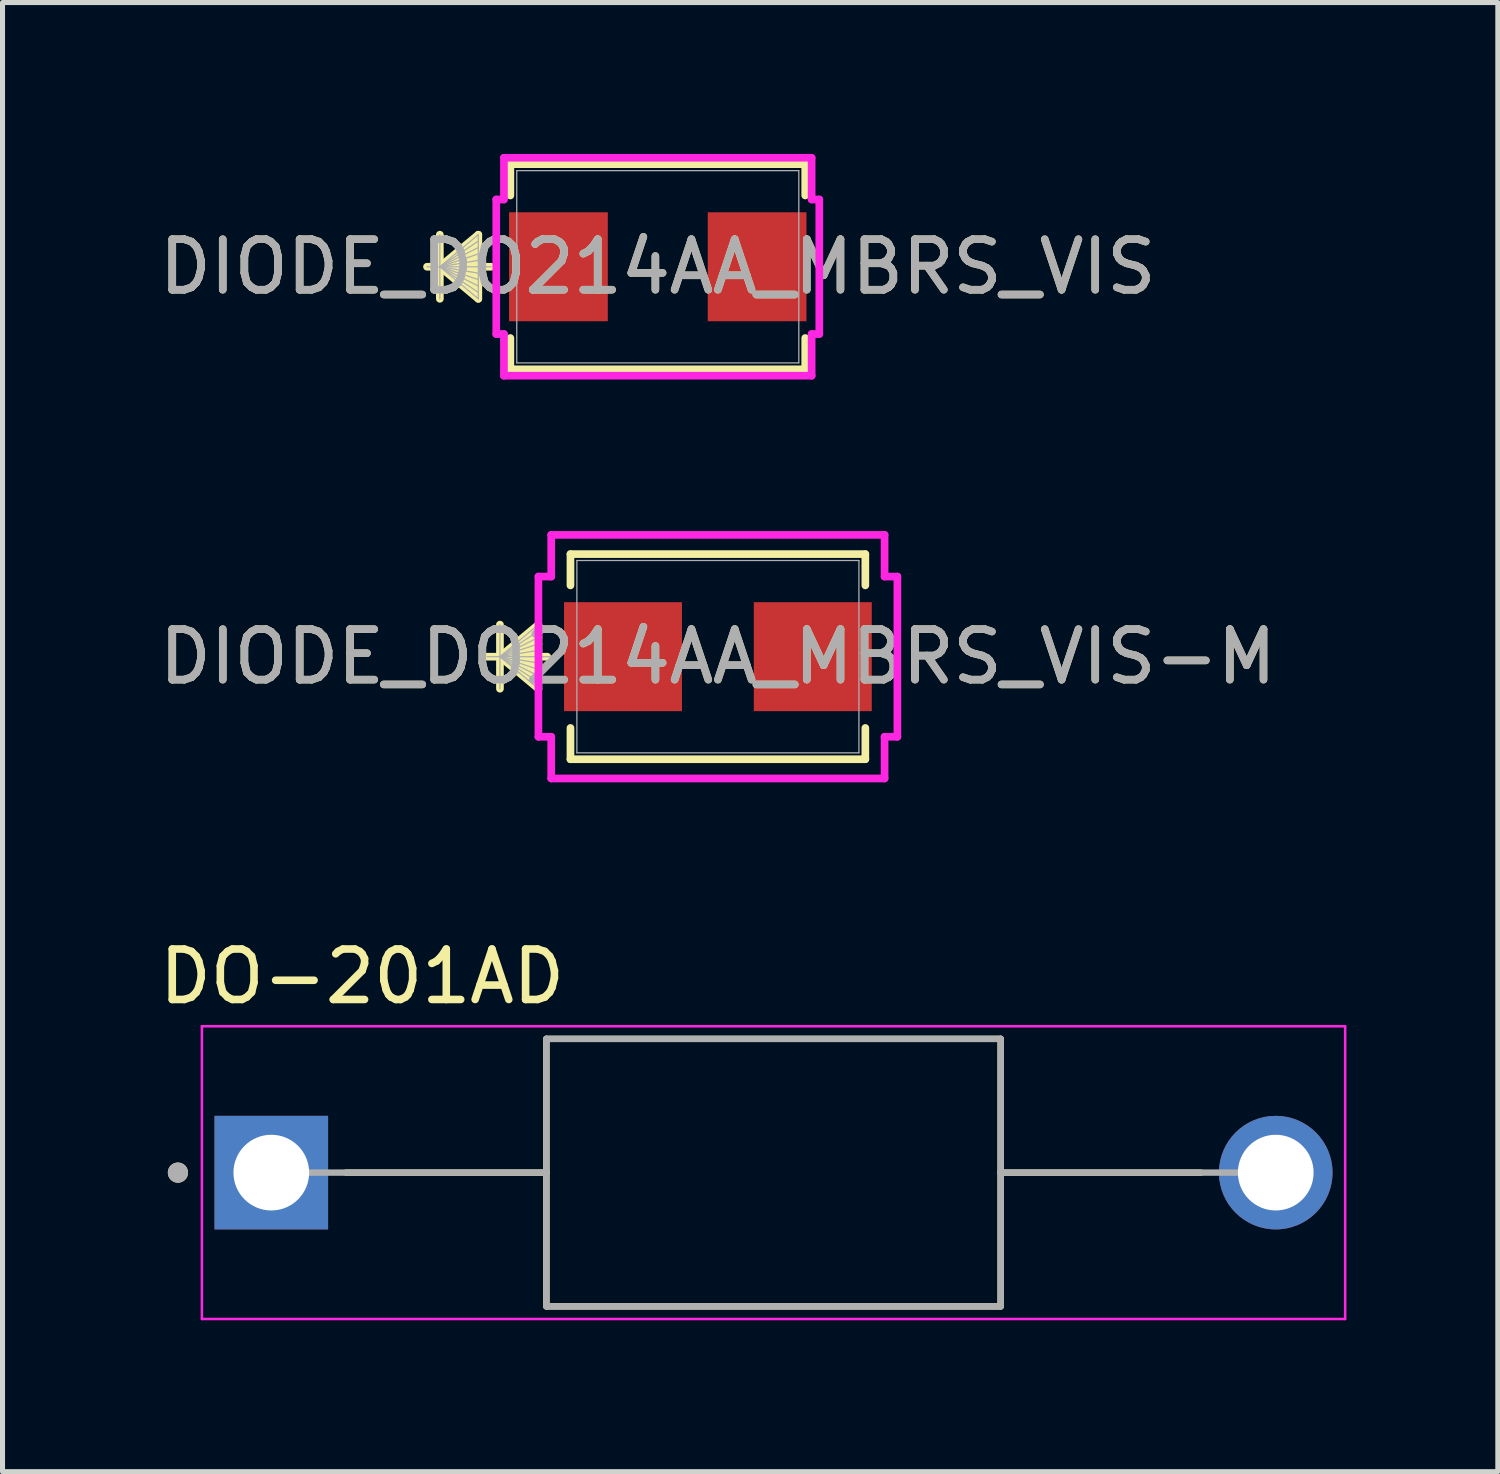
<source format=kicad_pcb>
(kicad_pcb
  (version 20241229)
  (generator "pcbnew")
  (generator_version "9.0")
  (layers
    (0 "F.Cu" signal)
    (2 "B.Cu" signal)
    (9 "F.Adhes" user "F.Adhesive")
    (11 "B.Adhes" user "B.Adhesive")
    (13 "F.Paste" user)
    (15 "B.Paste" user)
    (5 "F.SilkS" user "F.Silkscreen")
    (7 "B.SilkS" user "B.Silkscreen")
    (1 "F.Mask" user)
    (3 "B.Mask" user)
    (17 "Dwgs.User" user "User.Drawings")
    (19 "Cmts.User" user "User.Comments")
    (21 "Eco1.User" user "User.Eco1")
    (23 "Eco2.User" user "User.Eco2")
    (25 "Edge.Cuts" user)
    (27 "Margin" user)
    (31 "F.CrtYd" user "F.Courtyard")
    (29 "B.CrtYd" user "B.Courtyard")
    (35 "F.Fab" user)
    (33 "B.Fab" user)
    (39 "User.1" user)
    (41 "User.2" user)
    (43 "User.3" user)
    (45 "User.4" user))
  (footprint "DIODE_DO214AA_MBRS_VIS"
    (layer "F.Cu")
    (at 9.982 2.235)
    (property "Reference" "DIODE_DO214AA_MBRS_VIS" (at 0 0 0) (unlocked yes) (layer "F.SilkS") (effects (font (size 1 1) (thickness 0.15))))
    (attr smd)
    (fp_line (start -4.318 -0.635) (end -4.318 0.635) (stroke (width 0.152) (type solid)) (layer "F.SilkS"))
    (fp_line (start -4.318 0) (end -3.556 -0.635) (stroke (width 0.152) (type solid)) (layer "F.SilkS"))
    (fp_line (start -4.318 0) (end -3.556 -0.508) (stroke (width 0.152) (type solid)) (layer "F.SilkS"))
    (fp_line (start -4.318 0) (end -3.556 -0.381) (stroke (width 0.152) (type solid)) (layer "F.SilkS"))
    (fp_line (start -4.318 0) (end -3.556 -0.254) (stroke (width 0.152) (type solid)) (layer "F.SilkS"))
    (fp_line (start -4.318 0) (end -3.556 -0.127) (stroke (width 0.152) (type solid)) (layer "F.SilkS"))
    (fp_line (start -4.318 0) (end -3.556 0.127) (stroke (width 0.152) (type solid)) (layer "F.SilkS"))
    (fp_line (start -4.318 0) (end -3.556 0.254) (stroke (width 0.152) (type solid)) (layer "F.SilkS"))
    (fp_line (start -4.318 0) (end -3.556 0.381) (stroke (width 0.152) (type solid)) (layer "F.SilkS"))
    (fp_line (start -4.318 0) (end -3.556 0.508) (stroke (width 0.152) (type solid)) (layer "F.SilkS"))
    (fp_line (start -4.318 0) (end -3.556 0.635) (stroke (width 0.152) (type solid)) (layer "F.SilkS"))
    (fp_line (start -3.556 -0.635) (end -3.556 0.635) (stroke (width 0.152) (type solid)) (layer "F.SilkS"))
    (fp_line (start -3.302 0) (end -4.572 0) (stroke (width 0.152) (type solid)) (layer "F.SilkS"))
    (fp_line (start -2.921 -2.032) (end -2.921 -1.412) (stroke (width 0.152) (type solid)) (layer "F.SilkS"))
    (fp_line (start -2.921 1.412) (end -2.921 2.032) (stroke (width 0.152) (type solid)) (layer "F.SilkS"))
    (fp_line (start -2.921 2.032) (end 2.921 2.032) (stroke (width 0.152) (type solid)) (layer "F.SilkS"))
    (fp_line (start 2.921 -2.032) (end -2.921 -2.032) (stroke (width 0.152) (type solid)) (layer "F.SilkS"))
    (fp_line (start 2.921 -1.412) (end 2.921 -2.032) (stroke (width 0.152) (type solid)) (layer "F.SilkS"))
    (fp_line (start 2.921 2.032) (end 2.921 1.412) (stroke (width 0.152) (type solid)) (layer "F.SilkS"))
    (fp_line (start -3.2 -1.333) (end -3.048 -1.333) (stroke (width 0.152) (type solid)) (layer "F.CrtYd"))
    (fp_line (start -3.2 1.333) (end -3.2 -1.333) (stroke (width 0.152) (type solid)) (layer "F.CrtYd"))
    (fp_line (start -3.048 -2.159) (end 3.048 -2.159) (stroke (width 0.152) (type solid)) (layer "F.CrtYd"))
    (fp_line (start -3.048 -1.333) (end -3.048 -2.159) (stroke (width 0.152) (type solid)) (layer "F.CrtYd"))
    (fp_line (start -3.048 1.333) (end -3.2 1.333) (stroke (width 0.152) (type solid)) (layer "F.CrtYd"))
    (fp_line (start -3.048 2.159) (end -3.048 1.333) (stroke (width 0.152) (type solid)) (layer "F.CrtYd"))
    (fp_line (start 3.048 -2.159) (end 3.048 -1.333) (stroke (width 0.152) (type solid)) (layer "F.CrtYd"))
    (fp_line (start 3.048 -1.333) (end 3.2 -1.333) (stroke (width 0.152) (type solid)) (layer "F.CrtYd"))
    (fp_line (start 3.048 1.333) (end 3.048 2.159) (stroke (width 0.152) (type solid)) (layer "F.CrtYd"))
    (fp_line (start 3.048 2.159) (end -3.048 2.159) (stroke (width 0.152) (type solid)) (layer "F.CrtYd"))
    (fp_line (start 3.2 -1.333) (end 3.2 1.333) (stroke (width 0.152) (type solid)) (layer "F.CrtYd"))
    (fp_line (start 3.2 1.333) (end 3.048 1.333) (stroke (width 0.152) (type solid)) (layer "F.CrtYd"))
    (fp_line (start -4.318 -0.635) (end -4.318 0.635) (stroke (width 0.025) (type solid)) (layer "F.Fab"))
    (fp_line (start -4.318 0) (end -3.556 -0.635) (stroke (width 0.025) (type solid)) (layer "F.Fab"))
    (fp_line (start -4.318 0) (end -3.556 -0.508) (stroke (width 0.025) (type solid)) (layer "F.Fab"))
    (fp_line (start -4.318 0) (end -3.556 -0.381) (stroke (width 0.025) (type solid)) (layer "F.Fab"))
    (fp_line (start -4.318 0) (end -3.556 -0.254) (stroke (width 0.025) (type solid)) (layer "F.Fab"))
    (fp_line (start -4.318 0) (end -3.556 -0.127) (stroke (width 0.025) (type solid)) (layer "F.Fab"))
    (fp_line (start -4.318 0) (end -3.556 0.127) (stroke (width 0.025) (type solid)) (layer "F.Fab"))
    (fp_line (start -4.318 0) (end -3.556 0.254) (stroke (width 0.025) (type solid)) (layer "F.Fab"))
    (fp_line (start -4.318 0) (end -3.556 0.381) (stroke (width 0.025) (type solid)) (layer "F.Fab"))
    (fp_line (start -4.318 0) (end -3.556 0.508) (stroke (width 0.025) (type solid)) (layer "F.Fab"))
    (fp_line (start -4.318 0) (end -3.556 0.635) (stroke (width 0.025) (type solid)) (layer "F.Fab"))
    (fp_line (start -3.556 -0.635) (end -3.556 0.635) (stroke (width 0.025) (type solid)) (layer "F.Fab"))
    (fp_line (start -3.302 0) (end -4.572 0) (stroke (width 0.025) (type solid)) (layer "F.Fab"))
    (fp_line (start -2.794 -1.905) (end -2.794 1.905) (stroke (width 0.025) (type solid)) (layer "F.Fab"))
    (fp_line (start -2.794 1.905) (end 2.794 1.905) (stroke (width 0.025) (type solid)) (layer "F.Fab"))
    (fp_line (start 2.794 -1.905) (end -2.794 -1.905) (stroke (width 0.025) (type solid)) (layer "F.Fab"))
    (fp_line (start 2.794 1.905) (end 2.794 -1.905) (stroke (width 0.025) (type solid)) (layer "F.Fab"))
    (fp_text user "${REFERENCE}" (at 0 0 0) (unlocked yes) (layer "F.Fab") (effects (font (size 1 1) (thickness 0.15))))
    (pad "1" smd rect (at -1.968 0 90) (size 2.159 1.956) (layers "F.Cu" "F.Mask" "F.Paste"))
    (pad "2" smd rect (at 1.968 0 90) (size 2.159 1.956) (layers "F.Cu" "F.Mask" "F.Paste"))
    (zone (net_name "") (layer "F.Cu") (hatch full 0.508) (connect_pads) (min_thickness 0.254) (filled_areas_thickness no) (keepout (tracks not_allowed) (vias not_allowed) (pads allowed) (copperpour not_allowed) (footprints allowed)) (placement (enabled no)) (fill) (polygon (pts (xy 7.239 0.381) (xy 12.725 0.381) (xy 12.725 1.105) (xy 7.239 1.105))))
    (zone (net_name "") (layer "F.Cu") (hatch full 0.508) (connect_pads) (min_thickness 0.254) (filled_areas_thickness no) (keepout (tracks not_allowed) (vias not_allowed) (pads allowed) (copperpour not_allowed) (footprints allowed)) (placement (enabled no)) (fill) (polygon (pts (xy 7.239 3.365) (xy 12.725 3.365) (xy 12.725 4.089) (xy 7.239 4.089))))
    (zone (net_name "") (layer "F.Cu") (hatch full 0.508) (connect_pads) (min_thickness 0.254) (filled_areas_thickness no) (keepout (tracks not_allowed) (vias not_allowed) (pads allowed) (copperpour not_allowed) (footprints allowed)) (placement (enabled no)) (fill) (polygon (pts (xy 9.042 1.105) (xy 10.922 1.105) (xy 10.922 3.365) (xy 9.042 3.365)))))
  (footprint "DIODE_DO214AA_MBRS_VIS-M"
    (layer "F.Cu")
    (at 11.173 9.96)
    (property "Reference" "DIODE_DO214AA_MBRS_VIS-M" (at 0 0 0) (unlocked yes) (layer "F.SilkS") (effects (font (size 1 1) (thickness 0.15))))
    (attr smd)
    (fp_line (start -4.318 -0.635) (end -4.318 0.635) (stroke (width 0.152) (type solid)) (layer "F.SilkS"))
    (fp_line (start -4.318 0) (end -3.556 -0.635) (stroke (width 0.152) (type solid)) (layer "F.SilkS"))
    (fp_line (start -4.318 0) (end -3.556 -0.508) (stroke (width 0.152) (type solid)) (layer "F.SilkS"))
    (fp_line (start -4.318 0) (end -3.556 -0.381) (stroke (width 0.152) (type solid)) (layer "F.SilkS"))
    (fp_line (start -4.318 0) (end -3.556 -0.254) (stroke (width 0.152) (type solid)) (layer "F.SilkS"))
    (fp_line (start -4.318 0) (end -3.556 -0.127) (stroke (width 0.152) (type solid)) (layer "F.SilkS"))
    (fp_line (start -4.318 0) (end -3.556 0.127) (stroke (width 0.152) (type solid)) (layer "F.SilkS"))
    (fp_line (start -4.318 0) (end -3.556 0.254) (stroke (width 0.152) (type solid)) (layer "F.SilkS"))
    (fp_line (start -4.318 0) (end -3.556 0.381) (stroke (width 0.152) (type solid)) (layer "F.SilkS"))
    (fp_line (start -4.318 0) (end -3.556 0.508) (stroke (width 0.152) (type solid)) (layer "F.SilkS"))
    (fp_line (start -4.318 0) (end -3.556 0.635) (stroke (width 0.152) (type solid)) (layer "F.SilkS"))
    (fp_line (start -3.556 -0.635) (end -3.556 0.635) (stroke (width 0.152) (type solid)) (layer "F.SilkS"))
    (fp_line (start -3.381 0) (end -4.572 0) (stroke (width 0.152) (type solid)) (layer "F.SilkS"))
    (fp_line (start -2.921 -2.032) (end -2.921 -1.412) (stroke (width 0.152) (type solid)) (layer "F.SilkS"))
    (fp_line (start -2.921 1.412) (end -2.921 2.032) (stroke (width 0.152) (type solid)) (layer "F.SilkS"))
    (fp_line (start -2.921 2.032) (end 2.921 2.032) (stroke (width 0.152) (type solid)) (layer "F.SilkS"))
    (fp_line (start 2.921 -2.032) (end -2.921 -2.032) (stroke (width 0.152) (type solid)) (layer "F.SilkS"))
    (fp_line (start 2.921 -1.412) (end 2.921 -2.032) (stroke (width 0.152) (type solid)) (layer "F.SilkS"))
    (fp_line (start 2.921 2.032) (end 2.921 1.412) (stroke (width 0.152) (type solid)) (layer "F.SilkS"))
    (fp_line (start -3.556 -1.587) (end -3.302 -1.587) (stroke (width 0.152) (type solid)) (layer "F.CrtYd"))
    (fp_line (start -3.556 1.587) (end -3.556 -1.587) (stroke (width 0.152) (type solid)) (layer "F.CrtYd"))
    (fp_line (start -3.302 -2.413) (end 3.302 -2.413) (stroke (width 0.152) (type solid)) (layer "F.CrtYd"))
    (fp_line (start -3.302 -1.587) (end -3.302 -2.413) (stroke (width 0.152) (type solid)) (layer "F.CrtYd"))
    (fp_line (start -3.302 1.587) (end -3.556 1.587) (stroke (width 0.152) (type solid)) (layer "F.CrtYd"))
    (fp_line (start -3.302 2.413) (end -3.302 1.587) (stroke (width 0.152) (type solid)) (layer "F.CrtYd"))
    (fp_line (start 3.302 -2.413) (end 3.302 -1.587) (stroke (width 0.152) (type solid)) (layer "F.CrtYd"))
    (fp_line (start 3.302 -1.587) (end 3.556 -1.587) (stroke (width 0.152) (type solid)) (layer "F.CrtYd"))
    (fp_line (start 3.302 1.587) (end 3.302 2.413) (stroke (width 0.152) (type solid)) (layer "F.CrtYd"))
    (fp_line (start 3.302 2.413) (end -3.302 2.413) (stroke (width 0.152) (type solid)) (layer "F.CrtYd"))
    (fp_line (start 3.556 -1.587) (end 3.556 1.587) (stroke (width 0.152) (type solid)) (layer "F.CrtYd"))
    (fp_line (start 3.556 1.587) (end 3.302 1.587) (stroke (width 0.152) (type solid)) (layer "F.CrtYd"))
    (fp_line (start -4.318 -0.635) (end -4.318 0.635) (stroke (width 0.025) (type solid)) (layer "F.Fab"))
    (fp_line (start -4.318 0) (end -3.556 -0.635) (stroke (width 0.025) (type solid)) (layer "F.Fab"))
    (fp_line (start -4.318 0) (end -3.556 -0.508) (stroke (width 0.025) (type solid)) (layer "F.Fab"))
    (fp_line (start -4.318 0) (end -3.556 -0.381) (stroke (width 0.025) (type solid)) (layer "F.Fab"))
    (fp_line (start -4.318 0) (end -3.556 -0.254) (stroke (width 0.025) (type solid)) (layer "F.Fab"))
    (fp_line (start -4.318 0) (end -3.556 -0.127) (stroke (width 0.025) (type solid)) (layer "F.Fab"))
    (fp_line (start -4.318 0) (end -3.556 0.127) (stroke (width 0.025) (type solid)) (layer "F.Fab"))
    (fp_line (start -4.318 0) (end -3.556 0.254) (stroke (width 0.025) (type solid)) (layer "F.Fab"))
    (fp_line (start -4.318 0) (end -3.556 0.381) (stroke (width 0.025) (type solid)) (layer "F.Fab"))
    (fp_line (start -4.318 0) (end -3.556 0.508) (stroke (width 0.025) (type solid)) (layer "F.Fab"))
    (fp_line (start -4.318 0) (end -3.556 0.635) (stroke (width 0.025) (type solid)) (layer "F.Fab"))
    (fp_line (start -3.556 -0.635) (end -3.556 0.635) (stroke (width 0.025) (type solid)) (layer "F.Fab"))
    (fp_line (start -3.302 0) (end -4.572 0) (stroke (width 0.025) (type solid)) (layer "F.Fab"))
    (fp_line (start -2.794 -1.905) (end -2.794 1.905) (stroke (width 0.025) (type solid)) (layer "F.Fab"))
    (fp_line (start -2.794 1.905) (end 2.794 1.905) (stroke (width 0.025) (type solid)) (layer "F.Fab"))
    (fp_line (start 2.794 -1.905) (end -2.794 -1.905) (stroke (width 0.025) (type solid)) (layer "F.Fab"))
    (fp_line (start 2.794 1.905) (end 2.794 -1.905) (stroke (width 0.025) (type solid)) (layer "F.Fab"))
    (fp_text user "${REFERENCE}" (at 0 0 0) (unlocked yes) (layer "F.Fab") (effects (font (size 1 1) (thickness 0.15))))
    (pad "1" smd rect (at -1.88 0 90) (size 2.159 2.337) (layers "F.Cu" "F.Mask" "F.Paste"))
    (pad "2" smd rect (at 1.88 0 90) (size 2.159 2.337) (layers "F.Cu" "F.Mask" "F.Paste"))
    (zone (net_name "") (layer "F.Cu") (hatch full 0.508) (connect_pads) (min_thickness 0.254) (filled_areas_thickness no) (keepout (tracks not_allowed) (vias not_allowed) (pads allowed) (copperpour not_allowed) (footprints allowed)) (placement (enabled no)) (fill) (polygon (pts (xy 8.429 8.105) (xy 13.916 8.105) (xy 13.916 8.829) (xy 8.429 8.829))))
    (zone (net_name "") (layer "F.Cu") (hatch full 0.508) (connect_pads) (min_thickness 0.254) (filled_areas_thickness no) (keepout (tracks not_allowed) (vias not_allowed) (pads allowed) (copperpour not_allowed) (footprints allowed)) (placement (enabled no)) (fill) (polygon (pts (xy 8.429 11.09) (xy 13.916 11.09) (xy 13.916 11.814) (xy 8.429 11.814))))
    (zone (net_name "") (layer "F.Cu") (hatch full 0.508) (connect_pads) (min_thickness 0.254) (filled_areas_thickness no) (keepout (tracks not_allowed) (vias not_allowed) (pads allowed) (copperpour not_allowed) (footprints allowed)) (placement (enabled no)) (fill) (polygon (pts (xy 10.512 8.829) (xy 11.833 8.829) (xy 11.833 11.09) (xy 10.512 11.09)))))
  (footprint "DO-201AD"
    (layer "F.Cu")
    (at 12.275 20.182)
    (property "Reference" "DO-201AD" (at -8.15 -3.885 0) (layer "F.SilkS") (effects (font (size 1 1) (thickness 0.15))))
    (attr through_hole)
    (fp_line (start -4.5 -2.65) (end -4.5 0) (stroke (width 0.127) (type solid)) (layer "F.SilkS"))
    (fp_line (start -4.5 0) (end -8.47 0) (stroke (width 0.127) (type solid)) (layer "F.SilkS"))
    (fp_line (start -4.5 0) (end -4.5 2.65) (stroke (width 0.127) (type solid)) (layer "F.SilkS"))
    (fp_line (start -4.5 2.65) (end 4.5 2.65) (stroke (width 0.127) (type solid)) (layer "F.SilkS"))
    (fp_line (start 4.5 -2.65) (end -4.5 -2.65) (stroke (width 0.127) (type solid)) (layer "F.SilkS"))
    (fp_line (start 4.5 0) (end 4.5 -2.65) (stroke (width 0.127) (type solid)) (layer "F.SilkS"))
    (fp_line (start 4.5 0) (end 8.47 0) (stroke (width 0.127) (type solid)) (layer "F.SilkS"))
    (fp_line (start 4.5 2.65) (end 4.5 0) (stroke (width 0.127) (type solid)) (layer "F.SilkS"))
    (fp_circle (center -11.8 0) (end -11.7 0) (stroke (width 0.2) (type solid)) (fill no) (layer "F.SilkS"))
    (fp_line (start -11.325 -2.9) (end -11.325 2.9) (stroke (width 0.05) (type solid)) (layer "F.CrtYd"))
    (fp_line (start -11.325 2.9) (end 11.325 2.9) (stroke (width 0.05) (type solid)) (layer "F.CrtYd"))
    (fp_line (start 11.325 -2.9) (end -11.325 -2.9) (stroke (width 0.05) (type solid)) (layer "F.CrtYd"))
    (fp_line (start 11.325 2.9) (end 11.325 -2.9) (stroke (width 0.05) (type solid)) (layer "F.CrtYd"))
    (fp_line (start -4.5 -2.65) (end -4.5 0) (stroke (width 0.127) (type solid)) (layer "F.Fab"))
    (fp_line (start -4.5 0) (end -9.95 0) (stroke (width 0.127) (type solid)) (layer "F.Fab"))
    (fp_line (start -4.5 0) (end -4.5 2.65) (stroke (width 0.127) (type solid)) (layer "F.Fab"))
    (fp_line (start -4.5 2.65) (end 4.5 2.65) (stroke (width 0.127) (type solid)) (layer "F.Fab"))
    (fp_line (start 4.5 -2.65) (end -4.5 -2.65) (stroke (width 0.127) (type solid)) (layer "F.Fab"))
    (fp_line (start 4.5 0) (end 4.5 -2.65) (stroke (width 0.127) (type solid)) (layer "F.Fab"))
    (fp_line (start 4.5 0) (end 9.95 0) (stroke (width 0.127) (type solid)) (layer "F.Fab"))
    (fp_line (start 4.5 2.65) (end 4.5 0) (stroke (width 0.127) (type solid)) (layer "F.Fab"))
    (fp_circle (center -11.8 0) (end -11.7 0) (stroke (width 0.2) (type solid)) (fill no) (layer "F.Fab"))
    (pad "A" thru_hole circle (at 9.95 0) (size 2.25 2.25) (drill 1.5) (layers "*.Cu" "*.Mask"))
    (pad "C" thru_hole rect (at -9.95 0) (size 2.25 2.25) (drill 1.5) (layers "*.Cu" "*.Mask")))
  (gr_rect
    (start -3 -3)
    (end 26.625 26.107)
    (stroke (width 0.1) (type default))
    (fill no)
    (layer "Edge.Cuts")))
</source>
